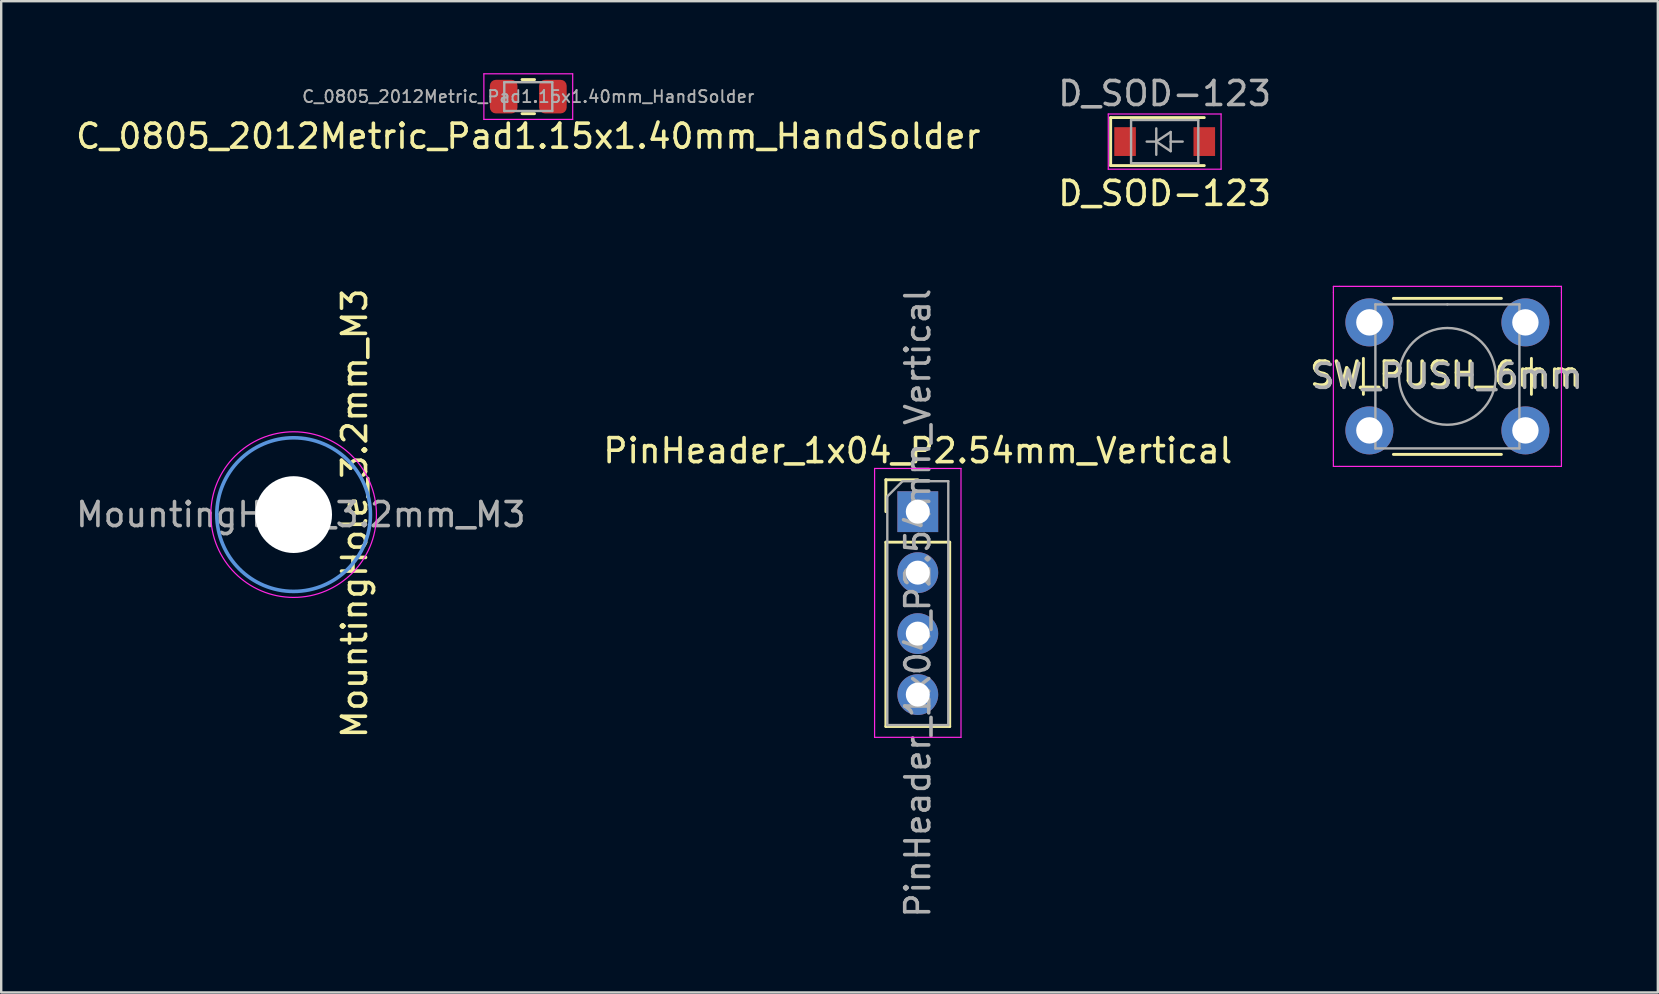
<source format=kicad_pcb>
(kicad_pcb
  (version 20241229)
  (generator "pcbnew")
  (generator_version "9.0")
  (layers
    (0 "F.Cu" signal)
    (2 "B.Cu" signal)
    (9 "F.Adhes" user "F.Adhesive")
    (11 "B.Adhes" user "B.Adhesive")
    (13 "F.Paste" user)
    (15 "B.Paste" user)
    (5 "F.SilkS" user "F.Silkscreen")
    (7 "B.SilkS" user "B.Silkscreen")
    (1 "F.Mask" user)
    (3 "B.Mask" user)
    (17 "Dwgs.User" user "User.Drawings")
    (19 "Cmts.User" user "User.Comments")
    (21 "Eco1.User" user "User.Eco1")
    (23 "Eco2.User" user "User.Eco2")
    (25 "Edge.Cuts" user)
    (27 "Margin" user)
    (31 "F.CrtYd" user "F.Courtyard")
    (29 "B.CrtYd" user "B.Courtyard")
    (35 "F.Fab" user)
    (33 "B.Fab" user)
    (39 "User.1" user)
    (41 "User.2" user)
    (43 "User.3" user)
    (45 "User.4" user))
  (footprint "D_SOD-123"
    (layer "F.Cu")
    (at 45.47 2.848)
    (property "Reference" "D_SOD-123" (at 0 2.159 0) (layer "F.SilkS") (effects (font (size 1 1) (thickness 0.15))))
    (attr smd)
    (fp_line (start -2.25 -1) (end -2.25 1) (stroke (width 0.12) (type solid)) (layer "F.SilkS"))
    (fp_line (start -2.25 -1) (end 1.65 -1) (stroke (width 0.12) (type solid)) (layer "F.SilkS"))
    (fp_line (start -2.25 1) (end 1.65 1) (stroke (width 0.12) (type solid)) (layer "F.SilkS"))
    (fp_line (start -2.35 -1.15) (end -2.35 1.15) (stroke (width 0.05) (type solid)) (layer "F.CrtYd"))
    (fp_line (start -2.35 -1.15) (end 2.35 -1.15) (stroke (width 0.05) (type solid)) (layer "F.CrtYd"))
    (fp_line (start 2.35 -1.15) (end 2.35 1.15) (stroke (width 0.05) (type solid)) (layer "F.CrtYd"))
    (fp_line (start 2.35 1.15) (end -2.35 1.15) (stroke (width 0.05) (type solid)) (layer "F.CrtYd"))
    (fp_line (start -1.4 -0.9) (end 1.4 -0.9) (stroke (width 0.1) (type solid)) (layer "F.Fab"))
    (fp_line (start -1.4 0.9) (end -1.4 -0.9) (stroke (width 0.1) (type solid)) (layer "F.Fab"))
    (fp_line (start -0.75 0) (end -0.35 0) (stroke (width 0.1) (type solid)) (layer "F.Fab"))
    (fp_line (start -0.35 0) (end -0.35 -0.55) (stroke (width 0.1) (type solid)) (layer "F.Fab"))
    (fp_line (start -0.35 0) (end -0.35 0.55) (stroke (width 0.1) (type solid)) (layer "F.Fab"))
    (fp_line (start -0.35 0) (end 0.25 -0.4) (stroke (width 0.1) (type solid)) (layer "F.Fab"))
    (fp_line (start 0.25 -0.4) (end 0.25 0.4) (stroke (width 0.1) (type solid)) (layer "F.Fab"))
    (fp_line (start 0.25 0) (end 0.75 0) (stroke (width 0.1) (type solid)) (layer "F.Fab"))
    (fp_line (start 0.25 0.4) (end -0.35 0) (stroke (width 0.1) (type solid)) (layer "F.Fab"))
    (fp_line (start 1.4 -0.9) (end 1.4 0.9) (stroke (width 0.1) (type solid)) (layer "F.Fab"))
    (fp_line (start 1.4 0.9) (end -1.4 0.9) (stroke (width 0.1) (type solid)) (layer "F.Fab"))
    (fp_text user "${REFERENCE}" (at 0 -2 0) (layer "F.Fab") (effects (font (size 1 1) (thickness 0.15))))
    (pad "1" smd rect (at -1.65 0) (size 0.9 1.2) (layers "F.Cu" "F.Mask" "F.Paste"))
    (pad "2" smd rect (at 1.65 0) (size 0.9 1.2) (layers "F.Cu" "F.Mask" "F.Paste")))
  (footprint "PinHeader_1x04_P2.54mm_Vertical"
    (layer "F.Cu")
    (at 35.185 18.266)
    (property "Reference" "PinHeader_1x04_P2.54mm_Vertical" (at 0 -2.54 180) (layer "F.SilkS") (effects (font (size 1 1) (thickness 0.15))))
    (attr through_hole)
    (fp_line (start -1.33 -1.33) (end 0 -1.33) (stroke (width 0.12) (type solid)) (layer "F.SilkS"))
    (fp_line (start -1.33 0) (end -1.33 -1.33) (stroke (width 0.12) (type solid)) (layer "F.SilkS"))
    (fp_line (start -1.33 1.27) (end -1.33 8.95) (stroke (width 0.12) (type solid)) (layer "F.SilkS"))
    (fp_line (start -1.33 1.27) (end 1.33 1.27) (stroke (width 0.12) (type solid)) (layer "F.SilkS"))
    (fp_line (start -1.33 8.95) (end 1.33 8.95) (stroke (width 0.12) (type solid)) (layer "F.SilkS"))
    (fp_line (start 1.33 1.27) (end 1.33 8.95) (stroke (width 0.12) (type solid)) (layer "F.SilkS"))
    (fp_line (start -1.8 -1.8) (end -1.8 9.4) (stroke (width 0.05) (type solid)) (layer "F.CrtYd"))
    (fp_line (start -1.8 9.4) (end 1.8 9.4) (stroke (width 0.05) (type solid)) (layer "F.CrtYd"))
    (fp_line (start 1.8 -1.8) (end -1.8 -1.8) (stroke (width 0.05) (type solid)) (layer "F.CrtYd"))
    (fp_line (start 1.8 9.4) (end 1.8 -1.8) (stroke (width 0.05) (type solid)) (layer "F.CrtYd"))
    (fp_line (start -1.27 -0.635) (end -0.635 -1.27) (stroke (width 0.1) (type solid)) (layer "F.Fab"))
    (fp_line (start -1.27 8.89) (end -1.27 -0.635) (stroke (width 0.1) (type solid)) (layer "F.Fab"))
    (fp_line (start -0.635 -1.27) (end 1.27 -1.27) (stroke (width 0.1) (type solid)) (layer "F.Fab"))
    (fp_line (start 1.27 -1.27) (end 1.27 8.89) (stroke (width 0.1) (type solid)) (layer "F.Fab"))
    (fp_line (start 1.27 8.89) (end -1.27 8.89) (stroke (width 0.1) (type solid)) (layer "F.Fab"))
    (fp_text user "${REFERENCE}" (at 0 3.81 90) (layer "F.Fab") (effects (font (size 1 1) (thickness 0.15))))
    (pad "1" thru_hole rect (at 0 0) (size 1.7 1.7) (drill 1) (layers "*.Cu" "*.Mask"))
    (pad "2" thru_hole oval (at 0 2.54) (size 1.7 1.7) (drill 1) (layers "*.Cu" "*.Mask"))
    (pad "3" thru_hole oval (at 0 5.08) (size 1.7 1.7) (drill 1) (layers "*.Cu" "*.Mask"))
    (pad "4" thru_hole oval (at 0 7.62) (size 1.7 1.7) (drill 1) (layers "*.Cu" "*.Mask")))
  (footprint "C_0805_2012Metric_Pad1.15x1.40mm_HandSolder"
    (layer "F.Cu")
    (at 18.958 0.975)
    (property "Reference" "C_0805_2012Metric_Pad1.15x1.40mm_HandSolder" (at 0 1.651 0) (layer "F.SilkS") (effects (font (size 1 1) (thickness 0.15))))
    (attr smd)
    (fp_line (start -0.261 -0.71) (end 0.261 -0.71) (stroke (width 0.12) (type solid)) (layer "F.SilkS"))
    (fp_line (start -0.261 0.71) (end 0.261 0.71) (stroke (width 0.12) (type solid)) (layer "F.SilkS"))
    (fp_line (start -1.85 -0.95) (end 1.85 -0.95) (stroke (width 0.05) (type solid)) (layer "F.CrtYd"))
    (fp_line (start -1.85 0.95) (end -1.85 -0.95) (stroke (width 0.05) (type solid)) (layer "F.CrtYd"))
    (fp_line (start 1.85 -0.95) (end 1.85 0.95) (stroke (width 0.05) (type solid)) (layer "F.CrtYd"))
    (fp_line (start 1.85 0.95) (end -1.85 0.95) (stroke (width 0.05) (type solid)) (layer "F.CrtYd"))
    (fp_line (start -1 -0.6) (end 1 -0.6) (stroke (width 0.1) (type solid)) (layer "F.Fab"))
    (fp_line (start -1 0.6) (end -1 -0.6) (stroke (width 0.1) (type solid)) (layer "F.Fab"))
    (fp_line (start 1 -0.6) (end 1 0.6) (stroke (width 0.1) (type solid)) (layer "F.Fab"))
    (fp_line (start 1 0.6) (end -1 0.6) (stroke (width 0.1) (type solid)) (layer "F.Fab"))
    (fp_text user "${REFERENCE}" (at 0 0 0) (layer "F.Fab") (effects (font (size 0.5 0.5) (thickness 0.08))))
    (pad "1" smd roundrect (at -1.025 0) (size 1.15 1.4) (layers "F.Cu" "F.Mask" "F.Paste") (roundrect_rratio 0.217))
    (pad "2" smd roundrect (at 1.025 0) (size 1.15 1.4) (layers "F.Cu" "F.Mask" "F.Paste") (roundrect_rratio 0.217)))
  (footprint "MountingHole_3.2mm_M3"
    (layer "F.Cu")
    (at 9.182 18.388)
    (property "Reference" "MountingHole_3.2mm_M3" (at 2.54 -0.051 270) (layer "F.SilkS") (effects (font (size 1 1) (thickness 0.15))))
    (attr exclude_from_pos_files exclude_from_bom)
    (fp_circle (center 0 0) (end 3.2 0) (stroke (width 0.15) (type solid)) (fill no) (layer "Cmts.User"))
    (fp_circle (center 0 0) (end 3.45 0) (stroke (width 0.05) (type solid)) (fill no) (layer "F.CrtYd"))
    (fp_text user "${REFERENCE}" (at 0.3 0 0) (layer "F.Fab") (effects (font (size 1 1) (thickness 0.15))))
    (pad "" np_thru_hole circle (at 0 0) (size 3.2 3.2) (drill 3.2) (layers "*.Cu" "*.Mask")))
  (footprint "SW_PUSH_6mm"
    (layer "F.Cu")
    (at 53.998 10.38)
    (property "Reference" "SW_PUSH_6mm" (at 3.175 2.159 0) (layer "F.SilkS") (effects (font (size 1 1) (thickness 0.15))))
    (attr through_hole)
    (fp_line (start -0.25 1.5) (end -0.25 3) (stroke (width 0.12) (type solid)) (layer "F.SilkS"))
    (fp_line (start 1 5.5) (end 5.5 5.5) (stroke (width 0.12) (type solid)) (layer "F.SilkS"))
    (fp_line (start 5.5 -1) (end 1 -1) (stroke (width 0.12) (type solid)) (layer "F.SilkS"))
    (fp_line (start 6.75 3) (end 6.75 1.5) (stroke (width 0.12) (type solid)) (layer "F.SilkS"))
    (fp_line (start -1.5 -1.5) (end -1.25 -1.5) (stroke (width 0.05) (type solid)) (layer "F.CrtYd"))
    (fp_line (start -1.5 -1.25) (end -1.5 -1.5) (stroke (width 0.05) (type solid)) (layer "F.CrtYd"))
    (fp_line (start -1.5 5.75) (end -1.5 -1.25) (stroke (width 0.05) (type solid)) (layer "F.CrtYd"))
    (fp_line (start -1.5 5.75) (end -1.5 6) (stroke (width 0.05) (type solid)) (layer "F.CrtYd"))
    (fp_line (start -1.5 6) (end -1.25 6) (stroke (width 0.05) (type solid)) (layer "F.CrtYd"))
    (fp_line (start -1.25 -1.5) (end 7.75 -1.5) (stroke (width 0.05) (type solid)) (layer "F.CrtYd"))
    (fp_line (start 7.75 -1.5) (end 8 -1.5) (stroke (width 0.05) (type solid)) (layer "F.CrtYd"))
    (fp_line (start 7.75 6) (end -1.25 6) (stroke (width 0.05) (type solid)) (layer "F.CrtYd"))
    (fp_line (start 7.75 6) (end 8 6) (stroke (width 0.05) (type solid)) (layer "F.CrtYd"))
    (fp_line (start 8 -1.5) (end 8 -1.25) (stroke (width 0.05) (type solid)) (layer "F.CrtYd"))
    (fp_line (start 8 -1.25) (end 8 5.75) (stroke (width 0.05) (type solid)) (layer "F.CrtYd"))
    (fp_line (start 8 6) (end 8 5.75) (stroke (width 0.05) (type solid)) (layer "F.CrtYd"))
    (fp_line (start 0.25 -0.75) (end 3.25 -0.75) (stroke (width 0.1) (type solid)) (layer "F.Fab"))
    (fp_line (start 0.25 5.25) (end 0.25 -0.75) (stroke (width 0.1) (type solid)) (layer "F.Fab"))
    (fp_line (start 3.25 -0.75) (end 6.25 -0.75) (stroke (width 0.1) (type solid)) (layer "F.Fab"))
    (fp_line (start 6.25 -0.75) (end 6.25 5.25) (stroke (width 0.1) (type solid)) (layer "F.Fab"))
    (fp_line (start 6.25 5.25) (end 0.25 5.25) (stroke (width 0.1) (type solid)) (layer "F.Fab"))
    (fp_circle (center 3.25 2.25) (end 1.25 2.5) (stroke (width 0.1) (type solid)) (fill no) (layer "F.Fab"))
    (fp_text user "${REFERENCE}" (at 3.25 2.25 0) (layer "F.Fab") (effects (font (size 1 1) (thickness 0.15))))
    (pad "1" thru_hole circle (at 0 0 90) (size 2 2) (drill 1.1) (layers "*.Cu" "*.Mask"))
    (pad "1" thru_hole circle (at 6.5 0 90) (size 2 2) (drill 1.1) (layers "*.Cu" "*.Mask"))
    (pad "2" thru_hole circle (at 0 4.5 90) (size 2 2) (drill 1.1) (layers "*.Cu" "*.Mask"))
    (pad "2" thru_hole circle (at 6.5 4.5 90) (size 2 2) (drill 1.1) (layers "*.Cu" "*.Mask")))
  (gr_rect
    (start -3 -3)
    (end 66.015 38.296)
    (stroke (width 0.1) (type default))
    (fill no)
    (layer "Edge.Cuts")))
</source>
